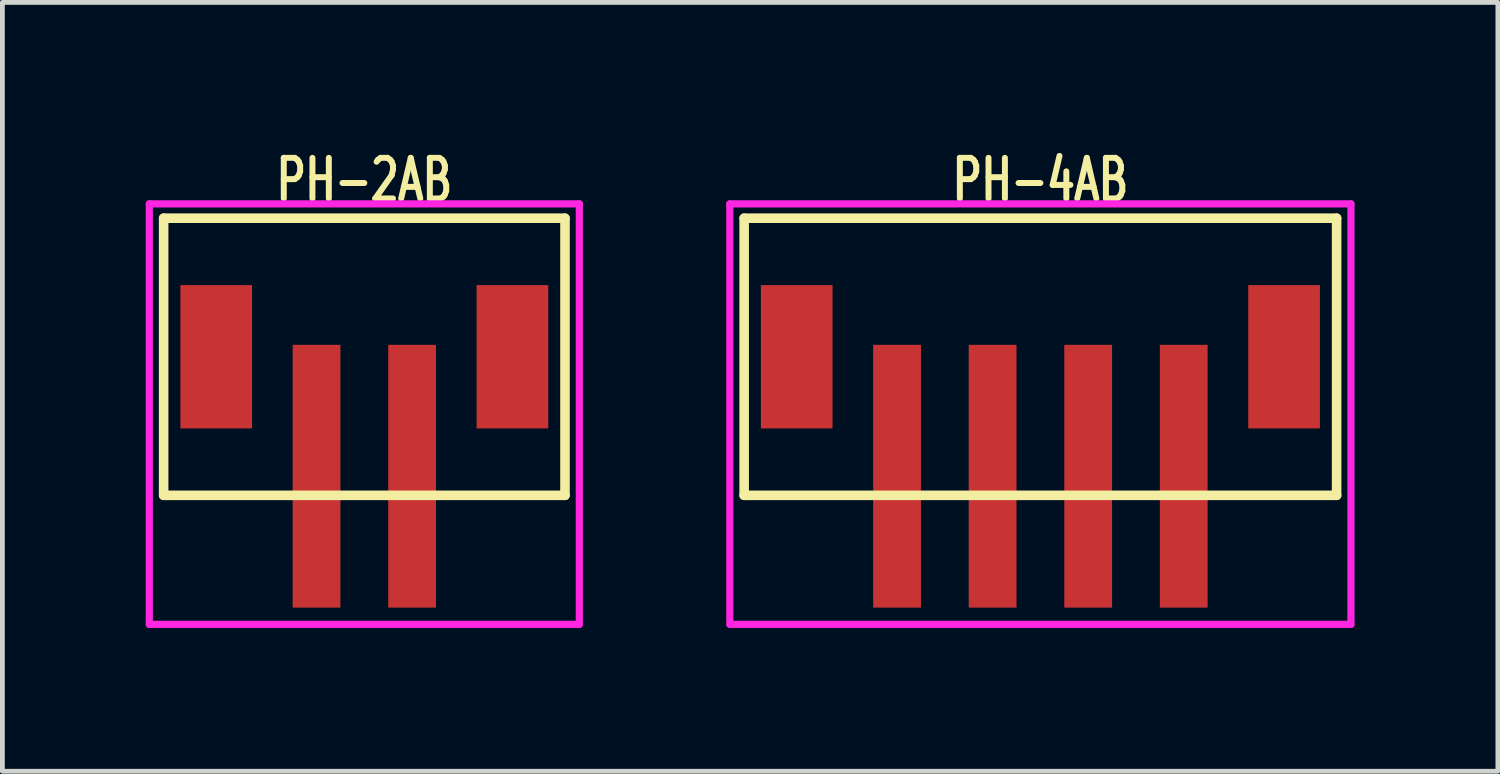
<source format=kicad_pcb>
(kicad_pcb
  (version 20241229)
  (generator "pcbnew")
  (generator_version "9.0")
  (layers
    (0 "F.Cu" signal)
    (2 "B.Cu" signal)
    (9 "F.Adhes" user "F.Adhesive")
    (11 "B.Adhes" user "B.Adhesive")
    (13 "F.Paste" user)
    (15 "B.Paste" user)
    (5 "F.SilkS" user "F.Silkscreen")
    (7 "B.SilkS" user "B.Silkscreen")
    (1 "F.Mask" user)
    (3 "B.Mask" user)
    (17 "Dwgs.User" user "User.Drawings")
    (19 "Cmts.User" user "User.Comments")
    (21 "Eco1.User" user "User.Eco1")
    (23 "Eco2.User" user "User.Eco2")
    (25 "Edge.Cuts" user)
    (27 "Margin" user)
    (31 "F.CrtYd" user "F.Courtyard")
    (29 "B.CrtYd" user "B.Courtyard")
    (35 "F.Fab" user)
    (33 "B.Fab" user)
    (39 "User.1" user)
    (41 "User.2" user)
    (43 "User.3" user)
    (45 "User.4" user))
  (footprint "PH-2AB"
    (layer "F.Cu")
    (at 4.575 4.417)
    (property "Reference" "PH-2AB" (at 0 -3.7 0) (layer "F.SilkS") (effects (font (size 0.85 0.6) (thickness 0.125))))
    (attr through_hole)
    (fp_line (start -4.2 -2.9) (end -4.2 2.9) (stroke (width 0.2) (type solid)) (layer "F.SilkS"))
    (fp_line (start -4.2 2.9) (end 4.2 2.9) (stroke (width 0.2) (type solid)) (layer "F.SilkS"))
    (fp_line (start 4.2 -2.9) (end -4.2 -2.9) (stroke (width 0.2) (type solid)) (layer "F.SilkS"))
    (fp_line (start 4.2 2.9) (end 4.2 -2.9) (stroke (width 0.2) (type solid)) (layer "F.SilkS"))
    (fp_line (start -4.5 -3.2) (end -4.5 5.6) (stroke (width 0.15) (type solid)) (layer "F.CrtYd"))
    (fp_line (start -4.5 5.6) (end 4.5 5.6) (stroke (width 0.15) (type solid)) (layer "F.CrtYd"))
    (fp_line (start 4.5 -3.2) (end -4.5 -3.2) (stroke (width 0.15) (type solid)) (layer "F.CrtYd"))
    (fp_line (start 4.5 5.6) (end 4.5 -3.2) (stroke (width 0.15) (type solid)) (layer "F.CrtYd"))
    (pad "1" smd rect (at -1 2.5) (size 1 5.5) (layers "F.Cu" "F.Mask" "F.Paste"))
    (pad "2" smd rect (at 1 2.5) (size 1 5.5) (layers "F.Cu" "F.Mask" "F.Paste"))
    (pad "~" smd rect (at -3.1 0) (size 1.5 3) (layers "F.Cu" "F.Mask" "F.Paste"))
    (pad "~" smd rect (at 3.1 0) (size 1.5 3) (layers "F.Cu" "F.Mask" "F.Paste")))
  (footprint "PH-4AB"
    (layer "F.Cu")
    (at 18.725 4.417)
    (property "Reference" "PH-4AB" (at 0 -3.7 0) (layer "F.SilkS") (effects (font (size 0.85 0.6) (thickness 0.125))))
    (attr through_hole)
    (fp_line (start -6.2 -2.9) (end -6.2 2.9) (stroke (width 0.2) (type solid)) (layer "F.SilkS"))
    (fp_line (start -6.2 2.9) (end 6.2 2.9) (stroke (width 0.2) (type solid)) (layer "F.SilkS"))
    (fp_line (start 6.2 -2.9) (end -6.2 -2.9) (stroke (width 0.2) (type solid)) (layer "F.SilkS"))
    (fp_line (start 6.2 2.9) (end 6.2 -2.9) (stroke (width 0.2) (type solid)) (layer "F.SilkS"))
    (fp_line (start -6.5 -3.2) (end -6.5 5.6) (stroke (width 0.15) (type solid)) (layer "F.CrtYd"))
    (fp_line (start -6.5 5.6) (end 6.5 5.6) (stroke (width 0.15) (type solid)) (layer "F.CrtYd"))
    (fp_line (start 6.5 -3.2) (end -6.5 -3.2) (stroke (width 0.15) (type solid)) (layer "F.CrtYd"))
    (fp_line (start 6.5 5.6) (end 6.5 -3.2) (stroke (width 0.15) (type solid)) (layer "F.CrtYd"))
    (pad "1" smd rect (at -3 2.5) (size 1 5.5) (layers "F.Cu" "F.Mask" "F.Paste"))
    (pad "2" smd rect (at -1 2.5) (size 1 5.5) (layers "F.Cu" "F.Mask" "F.Paste"))
    (pad "3" smd rect (at 1 2.5) (size 1 5.5) (layers "F.Cu" "F.Mask" "F.Paste"))
    (pad "4" smd rect (at 3 2.5) (size 1 5.5) (layers "F.Cu" "F.Mask" "F.Paste"))
    (pad "~" smd rect (at -5.1 0) (size 1.5 3) (layers "F.Cu" "F.Mask" "F.Paste"))
    (pad "~" smd rect (at 5.1 0) (size 1.5 3) (layers "F.Cu" "F.Mask" "F.Paste")))
  (gr_rect
    (start -3 -3)
    (end 28.3 13.092)
    (stroke (width 0.1) (type default))
    (fill no)
    (layer "Edge.Cuts")))
</source>
